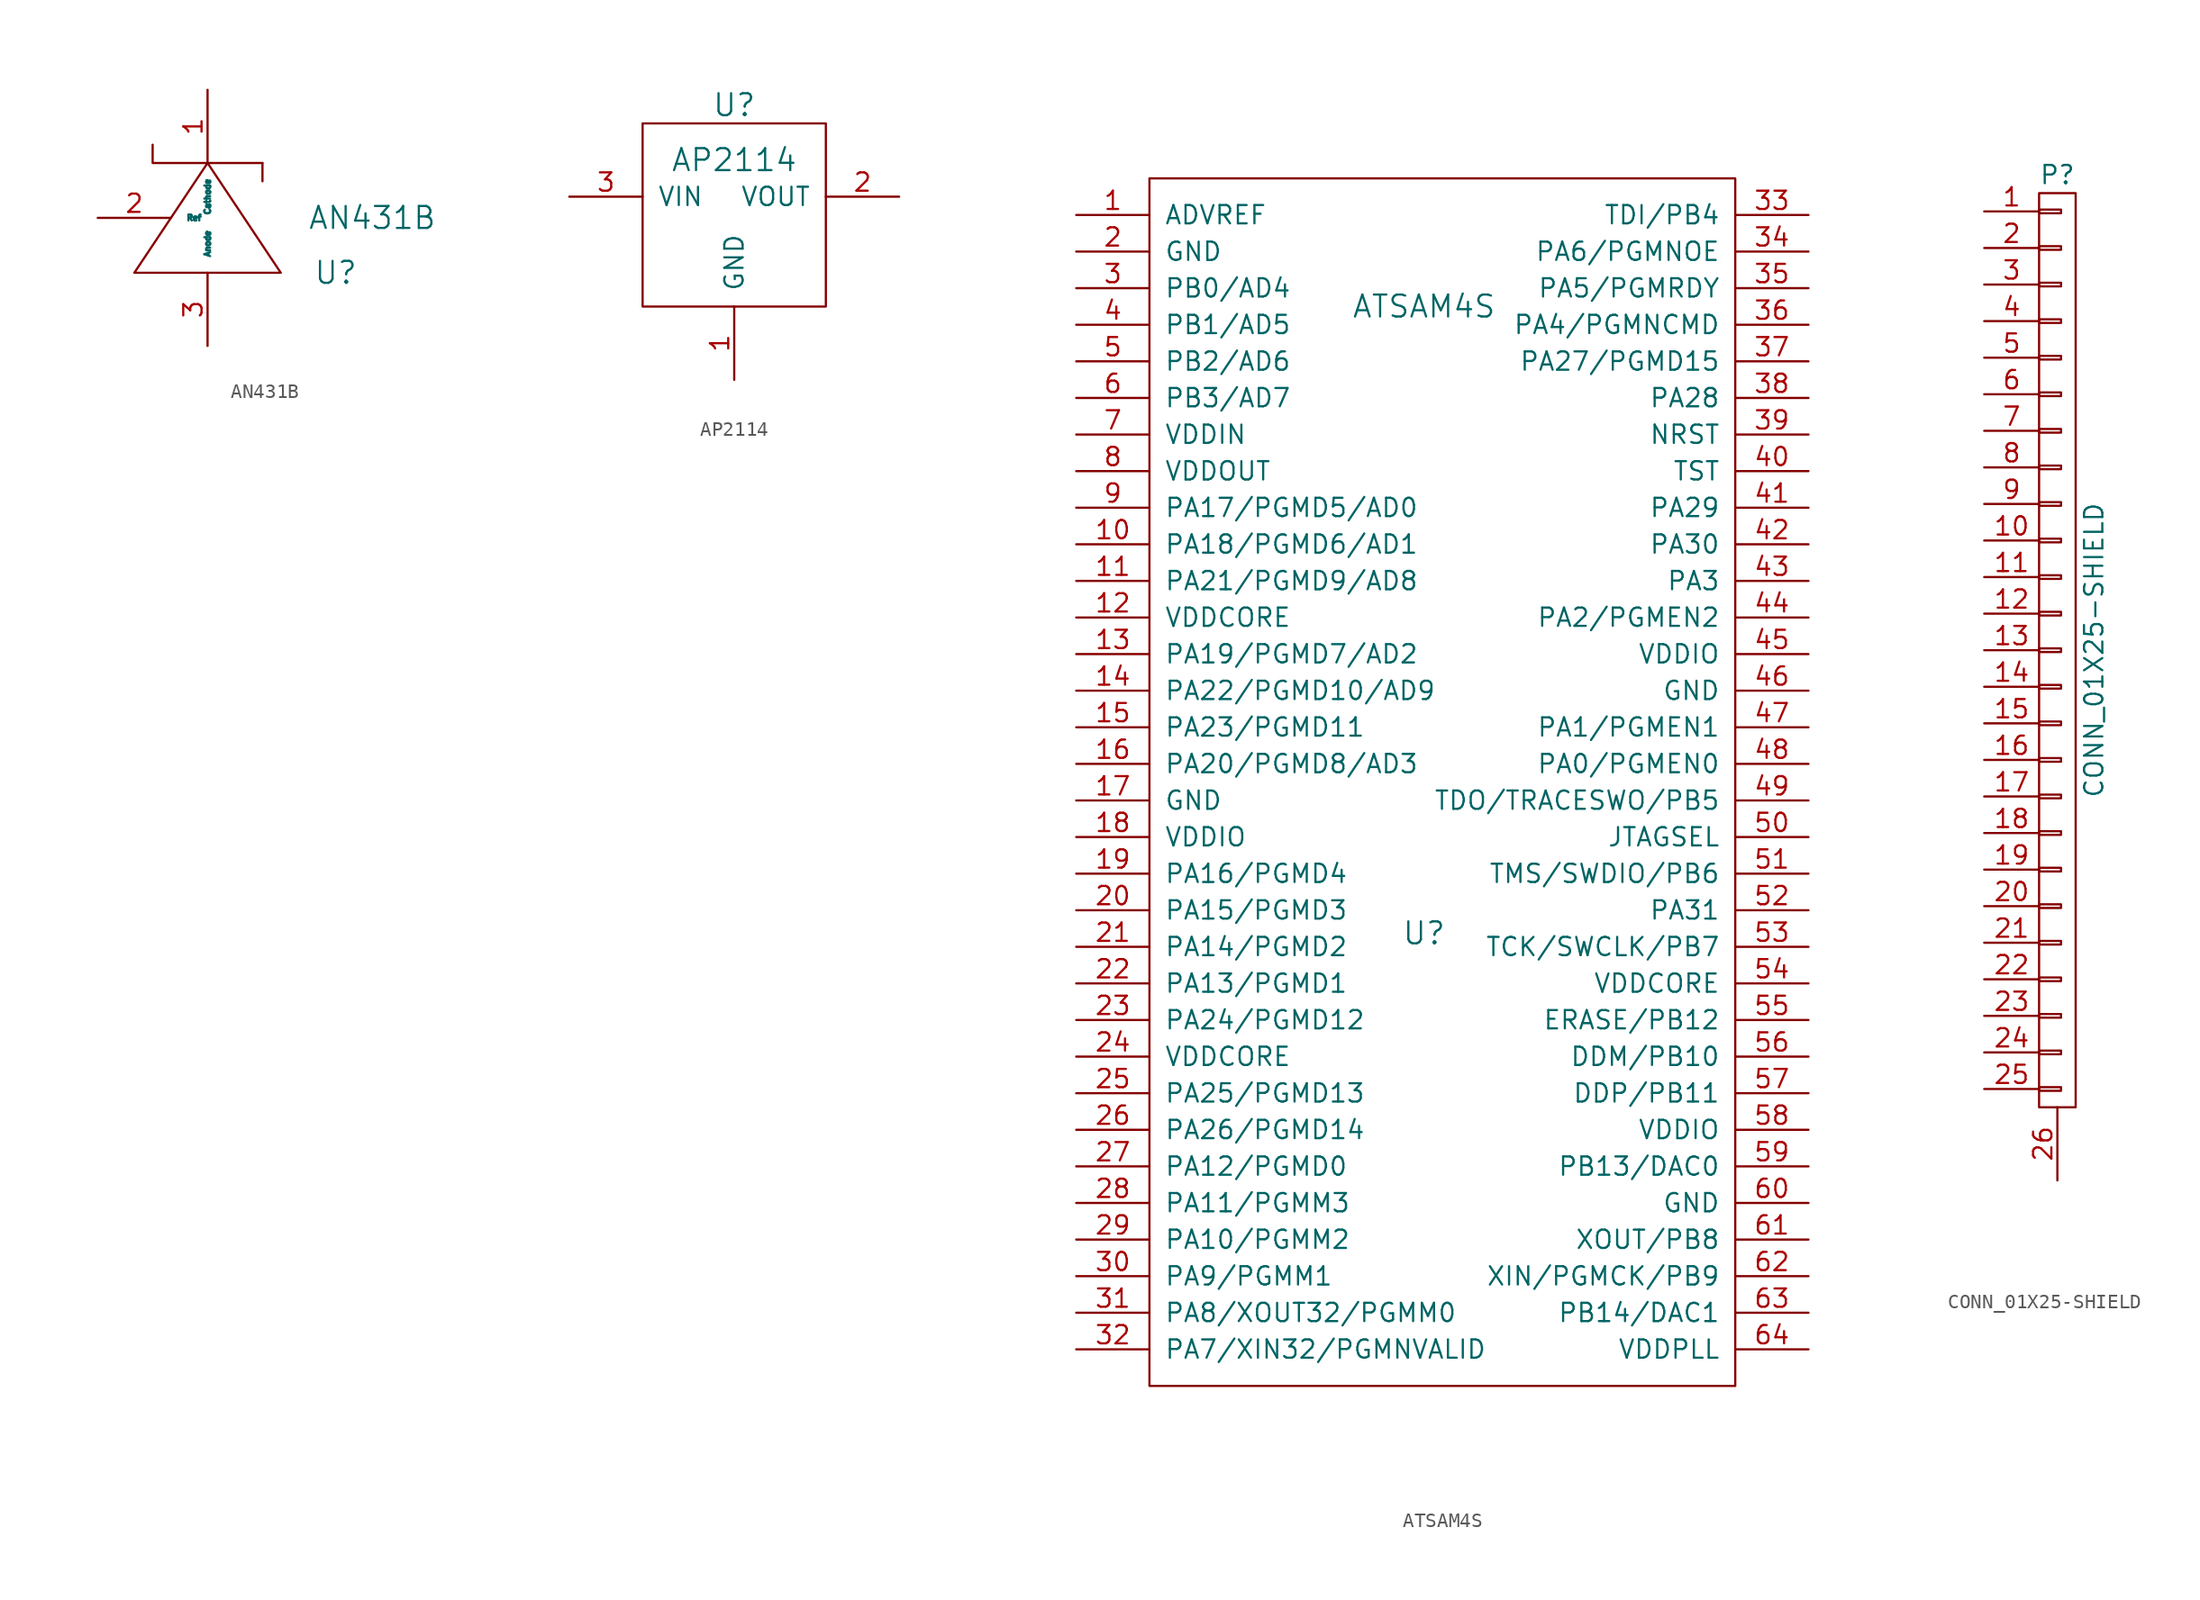
<source format=kicad_sym>
(kicad_symbol_lib
  (version 20231120)
  (generator "kicad_symbol_editor")
  (generator_version "8.0")
  (symbol "AN431B"
    (pin_names
      (offset 1.016))
    (property "Reference" "U"
      (at 8.89 0 0)
      (effects (font (size 1.524 1.524))))
    (property "Value" "AN431B"
      (at 11.43 3.81 0)
      (effects (font (size 1.524 1.524))))
    (property "Footprint" ""
      (at 0 0 0)
      (effects (font (size 1.524 1.524))))
    (property "Datasheet" ""
      (at 0 0 0)
      (effects (font (size 1.524 1.524))))
    (symbol "AN431B_0_1"
      (polyline (pts (xy 3.81 7.62) (xy 3.81 6.35)) (stroke (width 0) (type solid)) (fill (type none)))
      (polyline (pts (xy 0 7.62) (xy -3.81 7.62) (xy -3.81 8.89)) (stroke (width 0) (type solid)) (fill (type none)))
      (polyline (pts (xy 0 7.62) (xy -5.08 0) (xy 3.81 0) (xy 5.08 0) (xy 0 7.62) (xy 3.81 7.62)) (stroke (width 0) (type solid)) (fill (type none))))
    (symbol "AN431B_1_1"
      (pin input line (at 0 12.7 270) (length 5.08) (name "Cathode" (effects (font (size 0.406 0.406)))) (number "1" (effects (font (size 1.27 1.27)))))
      (pin input line (at -7.62 3.81 0) (length 5.08) (name "Ref" (effects (font (size 0.406 0.406)))) (number "2" (effects (font (size 1.27 1.27)))))
      (pin input line (at 0 -5.08 90) (length 5.08) (name "Anode" (effects (font (size 0.406 0.406)))) (number "3" (effects (font (size 1.27 1.27)))))))
  (symbol "AP2114"
    (pin_names
      (offset 1.016))
    (property "Reference" "U"
      (at 0 8.89 0)
      (effects (font (size 1.524 1.524))))
    (property "Value" "AP2114"
      (at 0 5.08 0)
      (effects (font (size 1.524 1.524))))
    (property "Footprint" ""
      (at 0 0 0)
      (effects (font (size 1.524 1.524))))
    (property "Datasheet" ""
      (at 0 0 0)
      (effects (font (size 1.524 1.524))))
    (symbol "AP2114_0_1"
      (rectangle (start -6.35 7.62) (end 6.35 -5.08) (stroke (width 0) (type solid)) (fill (type none))))
    (symbol "AP2114_1_1"
      (pin passive line (at 0 -10.16 90) (length 5.08) (name "GND" (effects (font (size 1.27 1.27)))) (number "1" (effects (font (size 1.27 1.27)))))
      (pin power_out line (at 11.43 2.54 180) (length 5.08) (name "VOUT" (effects (font (size 1.27 1.27)))) (number "2" (effects (font (size 1.27 1.27)))))
      (pin power_in line (at -11.43 2.54 0) (length 5.08) (name "VIN" (effects (font (size 1.27 1.27)))) (number "3" (effects (font (size 1.27 1.27)))))))
  (symbol "ATSAM4S"
    (pin_names
      (offset 1.016))
    (property "Reference" "U"
      (at 0 -33.35 0)
      (effects (font (size 1.524 1.524))))
    (property "Value" "ATSAM4S"
      (at 0 10.16 0)
      (effects (font (size 1.524 1.524))))
    (property "Footprint" ""
      (at 0 10.16 0)
      (effects (font (size 1.524 1.524))))
    (property "Datasheet" ""
      (at 0 10.16 0)
      (effects (font (size 1.524 1.524))))
    (symbol "ATSAM4S_0_1"
      (rectangle (start -19.05 19.05) (end 21.59 -64.77) (stroke (width 0) (type solid)) (fill (type none))))
    (symbol "ATSAM4S_1_1"
      (pin input line (at -24.13 16.51 0) (length 5.08) (name "ADVREF" (effects (font (size 1.27 1.27)))) (number "1" (effects (font (size 1.27 1.27)))))
      (pin input line (at -24.13 -6.35 0) (length 5.08) (name "PA18/PGMD6/AD1" (effects (font (size 1.27 1.27)))) (number "10" (effects (font (size 1.27 1.27)))))
      (pin input line (at -24.13 -8.89 0) (length 5.08) (name "PA21/PGMD9/AD8" (effects (font (size 1.27 1.27)))) (number "11" (effects (font (size 1.27 1.27)))))
      (pin input line (at -24.13 -11.43 0) (length 5.08) (name "VDDCORE" (effects (font (size 1.27 1.27)))) (number "12" (effects (font (size 1.27 1.27)))))
      (pin input line (at -24.13 -13.97 0) (length 5.08) (name "PA19/PGMD7/AD2" (effects (font (size 1.27 1.27)))) (number "13" (effects (font (size 1.27 1.27)))))
      (pin input line (at -24.13 -16.51 0) (length 5.08) (name "PA22/PGMD10/AD9" (effects (font (size 1.27 1.27)))) (number "14" (effects (font (size 1.27 1.27)))))
      (pin input line (at -24.13 -19.05 0) (length 5.08) (name "PA23/PGMD11" (effects (font (size 1.27 1.27)))) (number "15" (effects (font (size 1.27 1.27)))))
      (pin passive line (at -24.13 -21.59 0) (length 5.08) (name "PA20/PGMD8/AD3" (effects (font (size 1.27 1.27)))) (number "16" (effects (font (size 1.27 1.27)))))
      (pin input line (at -24.13 -24.13 0) (length 5.08) (name "GND" (effects (font (size 1.27 1.27)))) (number "17" (effects (font (size 1.27 1.27)))))
      (pin input line (at -24.13 -26.67 0) (length 5.08) (name "VDDIO" (effects (font (size 1.27 1.27)))) (number "18" (effects (font (size 1.27 1.27)))))
      (pin input line (at -24.13 -29.21 0) (length 5.08) (name "PA16/PGMD4" (effects (font (size 1.27 1.27)))) (number "19" (effects (font (size 1.27 1.27)))))
      (pin input line (at -24.13 13.97 0) (length 5.08) (name "GND" (effects (font (size 1.27 1.27)))) (number "2" (effects (font (size 1.27 1.27)))))
      (pin input line (at -24.13 -31.75 0) (length 5.08) (name "PA15/PGMD3" (effects (font (size 1.27 1.27)))) (number "20" (effects (font (size 1.27 1.27)))))
      (pin passive line (at -24.13 -34.29 0) (length 5.08) (name "PA14/PGMD2" (effects (font (size 1.27 1.27)))) (number "21" (effects (font (size 1.27 1.27)))))
      (pin passive line (at -24.13 -36.83 0) (length 5.08) (name "PA13/PGMD1" (effects (font (size 1.27 1.27)))) (number "22" (effects (font (size 1.27 1.27)))))
      (pin input line (at -24.13 -39.37 0) (length 5.08) (name "PA24/PGMD12" (effects (font (size 1.27 1.27)))) (number "23" (effects (font (size 1.27 1.27)))))
      (pin input line (at -24.13 -41.91 0) (length 5.08) (name "VDDCORE" (effects (font (size 1.27 1.27)))) (number "24" (effects (font (size 1.27 1.27)))))
      (pin input line (at -24.13 -44.45 0) (length 5.08) (name "PA25/PGMD13" (effects (font (size 1.27 1.27)))) (number "25" (effects (font (size 1.27 1.27)))))
      (pin passive line (at -24.13 -46.99 0) (length 5.08) (name "PA26/PGMD14" (effects (font (size 1.27 1.27)))) (number "26" (effects (font (size 1.27 1.27)))))
      (pin passive line (at -24.13 -49.53 0) (length 5.08) (name "PA12/PGMD0" (effects (font (size 1.27 1.27)))) (number "27" (effects (font (size 1.27 1.27)))))
      (pin passive line (at -24.13 -52.07 0) (length 5.08) (name "PA11/PGMM3" (effects (font (size 1.27 1.27)))) (number "28" (effects (font (size 1.27 1.27)))))
      (pin input line (at -24.13 -54.61 0) (length 5.08) (name "PA10/PGMM2" (effects (font (size 1.27 1.27)))) (number "29" (effects (font (size 1.27 1.27)))))
      (pin input line (at -24.13 11.43 0) (length 5.08) (name "PB0/AD4" (effects (font (size 1.27 1.27)))) (number "3" (effects (font (size 1.27 1.27)))))
      (pin input line (at -24.13 -57.15 0) (length 5.08) (name "PA9/PGMM1" (effects (font (size 1.27 1.27)))) (number "30" (effects (font (size 1.27 1.27)))))
      (pin input line (at -24.13 -59.69 0) (length 5.08) (name "PA8/XOUT32/PGMM0" (effects (font (size 1.27 1.27)))) (number "31" (effects (font (size 1.27 1.27)))))
      (pin input line (at -24.13 -62.23 0) (length 5.08) (name "PA7/XIN32/PGMNVALID" (effects (font (size 1.27 1.27)))) (number "32" (effects (font (size 1.27 1.27)))))
      (pin input line (at 26.67 16.51 180) (length 5.08) (name "TDI/PB4" (effects (font (size 1.27 1.27)))) (number "33" (effects (font (size 1.27 1.27)))))
      (pin input line (at 26.67 13.97 180) (length 5.08) (name "PA6/PGMNOE" (effects (font (size 1.27 1.27)))) (number "34" (effects (font (size 1.27 1.27)))))
      (pin input line (at 26.67 11.43 180) (length 5.08) (name "PA5/PGMRDY" (effects (font (size 1.27 1.27)))) (number "35" (effects (font (size 1.27 1.27)))))
      (pin input line (at 26.67 8.89 180) (length 5.08) (name "PA4/PGMNCMD" (effects (font (size 1.27 1.27)))) (number "36" (effects (font (size 1.27 1.27)))))
      (pin input line (at 26.67 6.35 180) (length 5.08) (name "PA27/PGMD15" (effects (font (size 1.27 1.27)))) (number "37" (effects (font (size 1.27 1.27)))))
      (pin input line (at 26.67 3.81 180) (length 5.08) (name "PA28" (effects (font (size 1.27 1.27)))) (number "38" (effects (font (size 1.27 1.27)))))
      (pin input line (at 26.67 1.27 180) (length 5.08) (name "NRST" (effects (font (size 1.27 1.27)))) (number "39" (effects (font (size 1.27 1.27)))))
      (pin input line (at -24.13 8.89 0) (length 5.08) (name "PB1/AD5" (effects (font (size 1.27 1.27)))) (number "4" (effects (font (size 1.27 1.27)))))
      (pin input line (at 26.67 -1.27 180) (length 5.08) (name "TST" (effects (font (size 1.27 1.27)))) (number "40" (effects (font (size 1.27 1.27)))))
      (pin input line (at 26.67 -3.81 180) (length 5.08) (name "PA29" (effects (font (size 1.27 1.27)))) (number "41" (effects (font (size 1.27 1.27)))))
      (pin input line (at 26.67 -6.35 180) (length 5.08) (name "PA30" (effects (font (size 1.27 1.27)))) (number "42" (effects (font (size 1.27 1.27)))))
      (pin input line (at 26.67 -8.89 180) (length 5.08) (name "PA3" (effects (font (size 1.27 1.27)))) (number "43" (effects (font (size 1.27 1.27)))))
      (pin input line (at 26.67 -11.43 180) (length 5.08) (name "PA2/PGMEN2" (effects (font (size 1.27 1.27)))) (number "44" (effects (font (size 1.27 1.27)))))
      (pin input line (at 26.67 -13.97 180) (length 5.08) (name "VDDIO" (effects (font (size 1.27 1.27)))) (number "45" (effects (font (size 1.27 1.27)))))
      (pin input line (at 26.67 -16.51 180) (length 5.08) (name "GND" (effects (font (size 1.27 1.27)))) (number "46" (effects (font (size 1.27 1.27)))))
      (pin input line (at 26.67 -19.05 180) (length 5.08) (name "PA1/PGMEN1" (effects (font (size 1.27 1.27)))) (number "47" (effects (font (size 1.27 1.27)))))
      (pin input line (at 26.67 -21.59 180) (length 5.08) (name "PA0/PGMEN0" (effects (font (size 1.27 1.27)))) (number "48" (effects (font (size 1.27 1.27)))))
      (pin input line (at 26.67 -24.13 180) (length 5.08) (name "TDO/TRACESWO/PB5" (effects (font (size 1.27 1.27)))) (number "49" (effects (font (size 1.27 1.27)))))
      (pin input line (at -24.13 6.35 0) (length 5.08) (name "PB2/AD6" (effects (font (size 1.27 1.27)))) (number "5" (effects (font (size 1.27 1.27)))))
      (pin input line (at 26.67 -26.67 180) (length 5.08) (name "JTAGSEL" (effects (font (size 1.27 1.27)))) (number "50" (effects (font (size 1.27 1.27)))))
      (pin input line (at 26.67 -29.21 180) (length 5.08) (name "TMS/SWDIO/PB6" (effects (font (size 1.27 1.27)))) (number "51" (effects (font (size 1.27 1.27)))))
      (pin input line (at 26.67 -31.75 180) (length 5.08) (name "PA31" (effects (font (size 1.27 1.27)))) (number "52" (effects (font (size 1.27 1.27)))))
      (pin input line (at 26.67 -34.29 180) (length 5.08) (name "TCK/SWCLK/PB7" (effects (font (size 1.27 1.27)))) (number "53" (effects (font (size 1.27 1.27)))))
      (pin input line (at 26.67 -36.83 180) (length 5.08) (name "VDDCORE" (effects (font (size 1.27 1.27)))) (number "54" (effects (font (size 1.27 1.27)))))
      (pin input line (at 26.67 -39.37 180) (length 5.08) (name "ERASE/PB12" (effects (font (size 1.27 1.27)))) (number "55" (effects (font (size 1.27 1.27)))))
      (pin input line (at 26.67 -41.91 180) (length 5.08) (name "DDM/PB10" (effects (font (size 1.27 1.27)))) (number "56" (effects (font (size 1.27 1.27)))))
      (pin input line (at 26.67 -44.45 180) (length 5.08) (name "DDP/PB11" (effects (font (size 1.27 1.27)))) (number "57" (effects (font (size 1.27 1.27)))))
      (pin input line (at 26.67 -46.99 180) (length 5.08) (name "VDDIO" (effects (font (size 1.27 1.27)))) (number "58" (effects (font (size 1.27 1.27)))))
      (pin input line (at 26.67 -49.53 180) (length 5.08) (name "PB13/DAC0" (effects (font (size 1.27 1.27)))) (number "59" (effects (font (size 1.27 1.27)))))
      (pin input line (at -24.13 3.81 0) (length 5.08) (name "PB3/AD7" (effects (font (size 1.27 1.27)))) (number "6" (effects (font (size 1.27 1.27)))))
      (pin input line (at 26.67 -52.07 180) (length 5.08) (name "GND" (effects (font (size 1.27 1.27)))) (number "60" (effects (font (size 1.27 1.27)))))
      (pin input line (at 26.67 -54.61 180) (length 5.08) (name "XOUT/PB8" (effects (font (size 1.27 1.27)))) (number "61" (effects (font (size 1.27 1.27)))))
      (pin input line (at 26.67 -57.15 180) (length 5.08) (name "XIN/PGMCK/PB9" (effects (font (size 1.27 1.27)))) (number "62" (effects (font (size 1.27 1.27)))))
      (pin input line (at 26.67 -59.69 180) (length 5.08) (name "PB14/DAC1" (effects (font (size 1.27 1.27)))) (number "63" (effects (font (size 1.27 1.27)))))
      (pin input line (at 26.67 -62.23 180) (length 5.08) (name "VDDPLL" (effects (font (size 1.27 1.27)))) (number "64" (effects (font (size 1.27 1.27)))))
      (pin input line (at -24.13 1.27 0) (length 5.08) (name "VDDIN" (effects (font (size 1.27 1.27)))) (number "7" (effects (font (size 1.27 1.27)))))
      (pin input line (at -24.13 -1.27 0) (length 5.08) (name "VDDOUT" (effects (font (size 1.27 1.27)))) (number "8" (effects (font (size 1.27 1.27)))))
      (pin input line (at -24.13 -3.81 0) (length 5.08) (name "PA17/PGMD5/AD0" (effects (font (size 1.27 1.27)))) (number "9" (effects (font (size 1.27 1.27)))))))
  (symbol "CONN_01X25-SHIELD"
    (pin_names
      (offset 1.016) hide)
    (property "Reference" "P"
      (at 0 33.02 0)
      (effects (font (size 1.27 1.27))))
    (property "Value" "CONN_01X25-SHIELD"
      (at 2.54 0 90)
      (effects (font (size 1.27 1.27))))
    (property "Footprint" ""
      (at 0 0 0)
      (effects (font (size 1.27 1.27))))
    (property "Datasheet" ""
      (at 0 0 0)
      (effects (font (size 1.27 1.27))))
    (symbol "CONN_01X25-SHIELD_0_1"
      (rectangle (start -1.27 -31.75) (end 1.27 31.75) (stroke (width 0) (type solid)) (fill (type none)))
      (rectangle (start -1.27 -30.353) (end 0.254 -30.607) (stroke (width 0) (type solid)) (fill (type none)))
      (rectangle (start -1.27 -27.813) (end 0.254 -28.067) (stroke (width 0) (type solid)) (fill (type none)))
      (rectangle (start -1.27 -25.273) (end 0.254 -25.527) (stroke (width 0) (type solid)) (fill (type none)))
      (rectangle (start -1.27 -22.733) (end 0.254 -22.987) (stroke (width 0) (type solid)) (fill (type none)))
      (rectangle (start -1.27 -20.193) (end 0.254 -20.447) (stroke (width 0) (type solid)) (fill (type none)))
      (rectangle (start -1.27 -17.653) (end 0.254 -17.907) (stroke (width 0) (type solid)) (fill (type none)))
      (rectangle (start -1.27 -15.113) (end 0.254 -15.367) (stroke (width 0) (type solid)) (fill (type none)))
      (rectangle (start -1.27 -12.573) (end 0.254 -12.827) (stroke (width 0) (type solid)) (fill (type none)))
      (rectangle (start -1.27 -10.033) (end 0.254 -10.287) (stroke (width 0) (type solid)) (fill (type none)))
      (rectangle (start -1.27 -7.493) (end 0.254 -7.747) (stroke (width 0) (type solid)) (fill (type none)))
      (rectangle (start -1.27 -4.953) (end 0.254 -5.207) (stroke (width 0) (type solid)) (fill (type none)))
      (rectangle (start -1.27 -2.413) (end 0.254 -2.667) (stroke (width 0) (type solid)) (fill (type none)))
      (rectangle (start -1.27 0.127) (end 0.254 -0.127) (stroke (width 0) (type solid)) (fill (type none)))
      (rectangle (start -1.27 2.667) (end 0.254 2.413) (stroke (width 0) (type solid)) (fill (type none)))
      (rectangle (start -1.27 5.207) (end 0.254 4.953) (stroke (width 0) (type solid)) (fill (type none)))
      (rectangle (start -1.27 7.747) (end 0.254 7.493) (stroke (width 0) (type solid)) (fill (type none)))
      (rectangle (start -1.27 10.287) (end 0.254 10.033) (stroke (width 0) (type solid)) (fill (type none)))
      (rectangle (start -1.27 12.827) (end 0.254 12.573) (stroke (width 0) (type solid)) (fill (type none)))
      (rectangle (start -1.27 15.367) (end 0.254 15.113) (stroke (width 0) (type solid)) (fill (type none)))
      (rectangle (start -1.27 17.907) (end 0.254 17.653) (stroke (width 0) (type solid)) (fill (type none)))
      (rectangle (start -1.27 20.447) (end 0.254 20.193) (stroke (width 0) (type solid)) (fill (type none)))
      (rectangle (start -1.27 22.987) (end 0.254 22.733) (stroke (width 0) (type solid)) (fill (type none)))
      (rectangle (start -1.27 25.527) (end 0.254 25.273) (stroke (width 0) (type solid)) (fill (type none)))
      (rectangle (start -1.27 28.067) (end 0.254 27.813) (stroke (width 0) (type solid)) (fill (type none)))
      (rectangle (start -1.27 30.607) (end 0.254 30.353) (stroke (width 0) (type solid)) (fill (type none))))
    (symbol "CONN_01X25-SHIELD_1_1"
      (pin passive line (at -5.08 30.48 0) (length 3.81) (name "P1" (effects (font (size 1.27 1.27)))) (number "1" (effects (font (size 1.27 1.27)))))
      (pin passive line (at -5.08 7.62 0) (length 3.81) (name "P10" (effects (font (size 1.27 1.27)))) (number "10" (effects (font (size 1.27 1.27)))))
      (pin passive line (at -5.08 5.08 0) (length 3.81) (name "P11" (effects (font (size 1.27 1.27)))) (number "11" (effects (font (size 1.27 1.27)))))
      (pin passive line (at -5.08 2.54 0) (length 3.81) (name "P12" (effects (font (size 1.27 1.27)))) (number "12" (effects (font (size 1.27 1.27)))))
      (pin passive line (at -5.08 0 0) (length 3.81) (name "P13" (effects (font (size 1.27 1.27)))) (number "13" (effects (font (size 1.27 1.27)))))
      (pin passive line (at -5.08 -2.54 0) (length 3.81) (name "P14" (effects (font (size 1.27 1.27)))) (number "14" (effects (font (size 1.27 1.27)))))
      (pin passive line (at -5.08 -5.08 0) (length 3.81) (name "P15" (effects (font (size 1.27 1.27)))) (number "15" (effects (font (size 1.27 1.27)))))
      (pin passive line (at -5.08 -7.62 0) (length 3.81) (name "P16" (effects (font (size 1.27 1.27)))) (number "16" (effects (font (size 1.27 1.27)))))
      (pin passive line (at -5.08 -10.16 0) (length 3.81) (name "P17" (effects (font (size 1.27 1.27)))) (number "17" (effects (font (size 1.27 1.27)))))
      (pin passive line (at -5.08 -12.7 0) (length 3.81) (name "P18" (effects (font (size 1.27 1.27)))) (number "18" (effects (font (size 1.27 1.27)))))
      (pin passive line (at -5.08 -15.24 0) (length 3.81) (name "P19" (effects (font (size 1.27 1.27)))) (number "19" (effects (font (size 1.27 1.27)))))
      (pin passive line (at -5.08 27.94 0) (length 3.81) (name "P2" (effects (font (size 1.27 1.27)))) (number "2" (effects (font (size 1.27 1.27)))))
      (pin passive line (at -5.08 -17.78 0) (length 3.81) (name "P20" (effects (font (size 1.27 1.27)))) (number "20" (effects (font (size 1.27 1.27)))))
      (pin passive line (at -5.08 -20.32 0) (length 3.81) (name "P21" (effects (font (size 1.27 1.27)))) (number "21" (effects (font (size 1.27 1.27)))))
      (pin passive line (at -5.08 -22.86 0) (length 3.81) (name "P22" (effects (font (size 1.27 1.27)))) (number "22" (effects (font (size 1.27 1.27)))))
      (pin passive line (at -5.08 -25.4 0) (length 3.81) (name "P23" (effects (font (size 1.27 1.27)))) (number "23" (effects (font (size 1.27 1.27)))))
      (pin passive line (at -5.08 -27.94 0) (length 3.81) (name "P24" (effects (font (size 1.27 1.27)))) (number "24" (effects (font (size 1.27 1.27)))))
      (pin passive line (at -5.08 -30.48 0) (length 3.81) (name "P25" (effects (font (size 1.27 1.27)))) (number "25" (effects (font (size 1.27 1.27)))))
      (pin input line (at 0 -36.83 90) (length 5.08) (name "Shield" (effects (font (size 1.27 1.27)))) (number "26" (effects (font (size 1.27 1.27)))))
      (pin passive line (at -5.08 25.4 0) (length 3.81) (name "P3" (effects (font (size 1.27 1.27)))) (number "3" (effects (font (size 1.27 1.27)))))
      (pin passive line (at -5.08 22.86 0) (length 3.81) (name "P4" (effects (font (size 1.27 1.27)))) (number "4" (effects (font (size 1.27 1.27)))))
      (pin passive line (at -5.08 20.32 0) (length 3.81) (name "P5" (effects (font (size 1.27 1.27)))) (number "5" (effects (font (size 1.27 1.27)))))
      (pin passive line (at -5.08 17.78 0) (length 3.81) (name "P6" (effects (font (size 1.27 1.27)))) (number "6" (effects (font (size 1.27 1.27)))))
      (pin passive line (at -5.08 15.24 0) (length 3.81) (name "P7" (effects (font (size 1.27 1.27)))) (number "7" (effects (font (size 1.27 1.27)))))
      (pin passive line (at -5.08 12.7 0) (length 3.81) (name "P8" (effects (font (size 1.27 1.27)))) (number "8" (effects (font (size 1.27 1.27)))))
      (pin passive line (at -5.08 10.16 0) (length 3.81) (name "P9" (effects (font (size 1.27 1.27)))) (number "9" (effects (font (size 1.27 1.27))))))))
</source>
